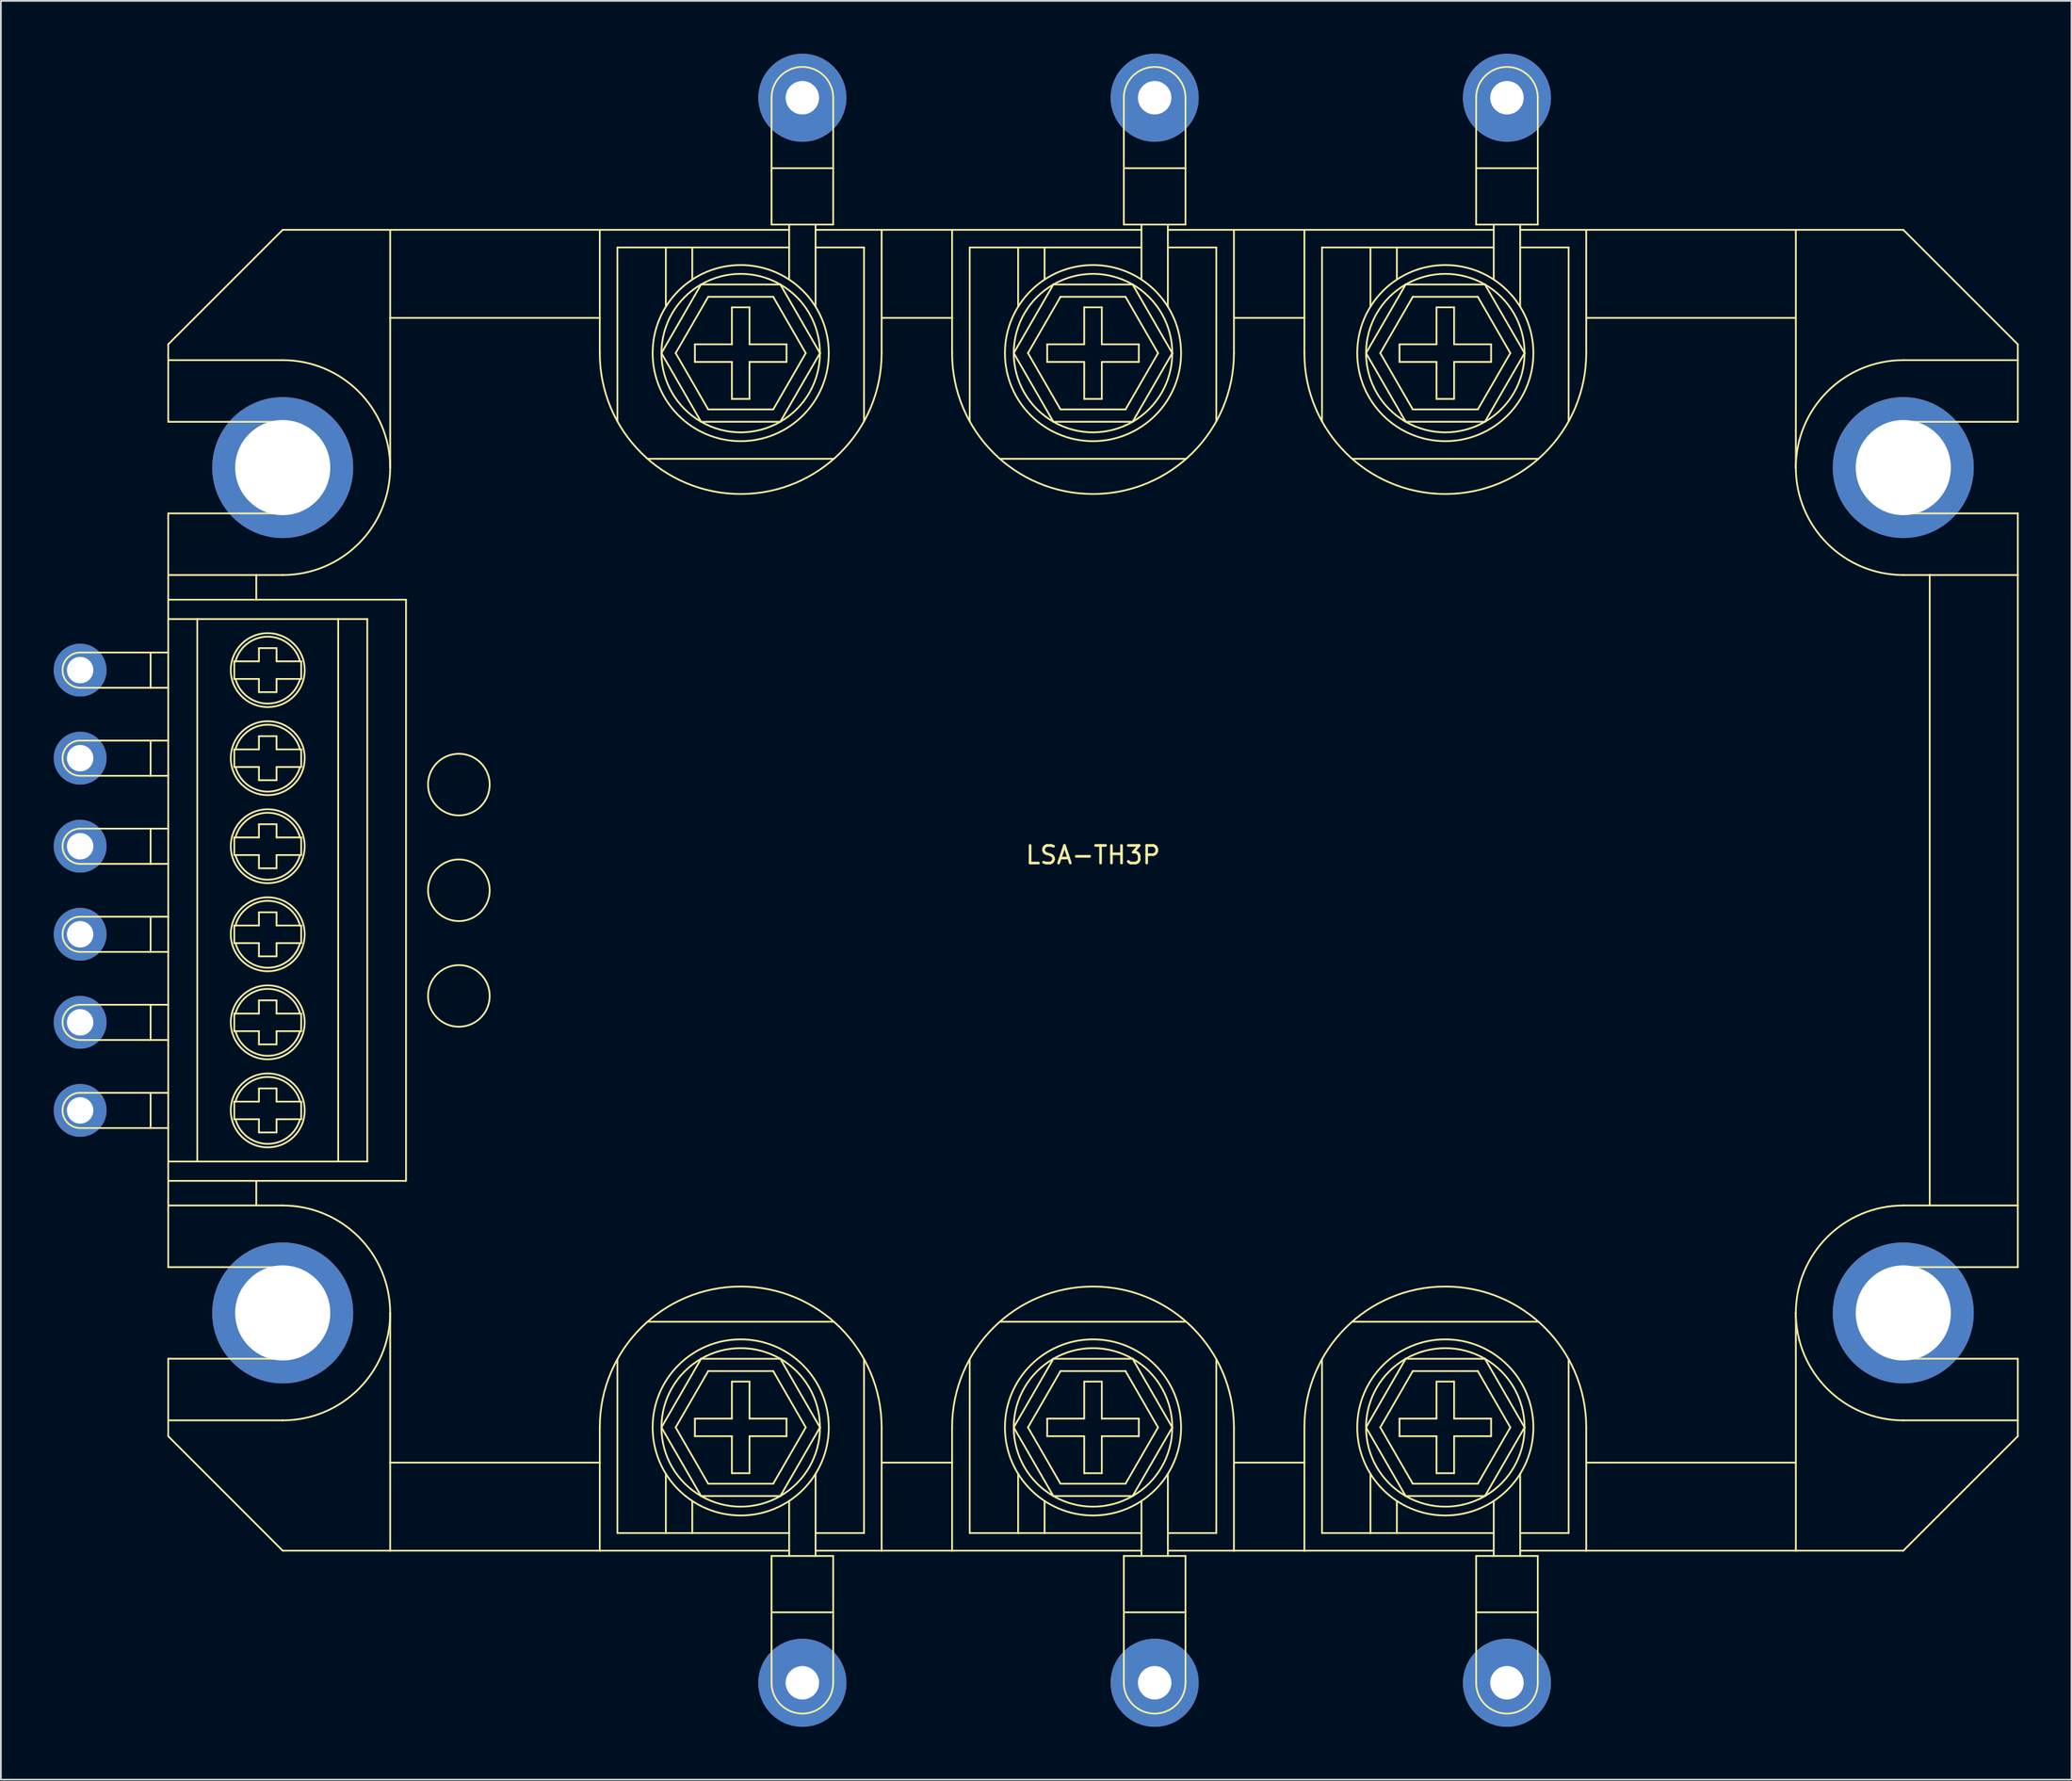
<source format=kicad_pcb>
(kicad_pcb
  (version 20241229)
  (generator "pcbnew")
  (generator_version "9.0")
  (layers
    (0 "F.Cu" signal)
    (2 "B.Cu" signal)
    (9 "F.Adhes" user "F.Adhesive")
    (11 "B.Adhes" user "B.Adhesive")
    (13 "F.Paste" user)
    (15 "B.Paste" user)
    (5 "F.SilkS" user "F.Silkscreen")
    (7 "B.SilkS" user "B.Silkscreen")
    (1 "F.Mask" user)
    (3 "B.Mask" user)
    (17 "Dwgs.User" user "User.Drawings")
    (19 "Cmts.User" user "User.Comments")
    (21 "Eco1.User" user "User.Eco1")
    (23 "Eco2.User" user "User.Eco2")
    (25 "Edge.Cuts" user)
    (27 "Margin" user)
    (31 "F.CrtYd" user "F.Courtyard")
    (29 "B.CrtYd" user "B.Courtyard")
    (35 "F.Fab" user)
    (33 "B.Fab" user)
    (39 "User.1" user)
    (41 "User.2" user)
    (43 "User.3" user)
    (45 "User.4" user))
  (footprint "LSA-TH3P"
    (layer "F.Cu")
    (at 59 47.5)
    (property "Reference" "LSA-TH3P" (at 0 -2 0) (layer "F.SilkS") (effects (font (size 1 1) (thickness 0.15))))
    (attr through_hole)
    (fp_line (start -57.5 -11.5) (end -53.5 -11.5) (stroke (width 0.1) (type solid)) (layer "F.SilkS"))
    (fp_line (start -57.5 -6.5) (end -53.5 -6.5) (stroke (width 0.1) (type solid)) (layer "F.SilkS"))
    (fp_line (start -57.5 -1.5) (end -53.5 -1.5) (stroke (width 0.1) (type solid)) (layer "F.SilkS"))
    (fp_line (start -57.5 3.5) (end -53.5 3.5) (stroke (width 0.1) (type solid)) (layer "F.SilkS"))
    (fp_line (start -57.5 8.5) (end -53.5 8.5) (stroke (width 0.1) (type solid)) (layer "F.SilkS"))
    (fp_line (start -57.5 13.5) (end -53.5 13.5) (stroke (width 0.1) (type solid)) (layer "F.SilkS"))
    (fp_line (start -53.5 -13.5) (end -57.5 -13.5) (stroke (width 0.1) (type solid)) (layer "F.SilkS"))
    (fp_line (start -53.5 -11.5) (end -53.5 -13.5) (stroke (width 0.1) (type solid)) (layer "F.SilkS"))
    (fp_line (start -53.5 -11.5) (end -52.5 -11.5) (stroke (width 0.1) (type solid)) (layer "F.SilkS"))
    (fp_line (start -53.5 -8.5) (end -57.5 -8.5) (stroke (width 0.1) (type solid)) (layer "F.SilkS"))
    (fp_line (start -53.5 -6.5) (end -53.5 -8.5) (stroke (width 0.1) (type solid)) (layer "F.SilkS"))
    (fp_line (start -53.5 -6.5) (end -52.5 -6.5) (stroke (width 0.1) (type solid)) (layer "F.SilkS"))
    (fp_line (start -53.5 -3.5) (end -57.5 -3.5) (stroke (width 0.1) (type solid)) (layer "F.SilkS"))
    (fp_line (start -53.5 -1.5) (end -53.5 -3.5) (stroke (width 0.1) (type solid)) (layer "F.SilkS"))
    (fp_line (start -53.5 -1.5) (end -52.5 -1.5) (stroke (width 0.1) (type solid)) (layer "F.SilkS"))
    (fp_line (start -53.5 1.5) (end -57.5 1.5) (stroke (width 0.1) (type solid)) (layer "F.SilkS"))
    (fp_line (start -53.5 3.5) (end -53.5 1.5) (stroke (width 0.1) (type solid)) (layer "F.SilkS"))
    (fp_line (start -53.5 3.5) (end -52.5 3.5) (stroke (width 0.1) (type solid)) (layer "F.SilkS"))
    (fp_line (start -53.5 6.5) (end -57.5 6.5) (stroke (width 0.1) (type solid)) (layer "F.SilkS"))
    (fp_line (start -53.5 8.5) (end -53.5 6.5) (stroke (width 0.1) (type solid)) (layer "F.SilkS"))
    (fp_line (start -53.5 8.5) (end -52.5 8.5) (stroke (width 0.1) (type solid)) (layer "F.SilkS"))
    (fp_line (start -53.5 11.5) (end -57.5 11.5) (stroke (width 0.1) (type solid)) (layer "F.SilkS"))
    (fp_line (start -53.5 13.5) (end -53.5 11.5) (stroke (width 0.1) (type solid)) (layer "F.SilkS"))
    (fp_line (start -53.5 13.5) (end -52.5 13.5) (stroke (width 0.1) (type solid)) (layer "F.SilkS"))
    (fp_line (start -52.5 -31) (end -52.5 -30.1) (stroke (width 0.1) (type solid)) (layer "F.SilkS"))
    (fp_line (start -52.5 -30.1) (end -52.5 -26.6) (stroke (width 0.1) (type solid)) (layer "F.SilkS"))
    (fp_line (start -52.5 -30.1) (end -46 -30.1) (stroke (width 0.1) (type solid)) (layer "F.SilkS"))
    (fp_line (start -52.5 -21.4) (end -52.5 -17.9) (stroke (width 0.1) (type solid)) (layer "F.SilkS"))
    (fp_line (start -52.5 -17.9) (end -47.5 -17.9) (stroke (width 0.1) (type solid)) (layer "F.SilkS"))
    (fp_line (start -52.5 -16.5) (end -52.5 -17.9) (stroke (width 0.1) (type solid)) (layer "F.SilkS"))
    (fp_line (start -52.5 -16.5) (end -52.5 -15.4) (stroke (width 0.1) (type solid)) (layer "F.SilkS"))
    (fp_line (start -52.5 -15.4) (end -52.5 15.4) (stroke (width 0.1) (type solid)) (layer "F.SilkS"))
    (fp_line (start -52.5 -13.5) (end -53.5 -13.5) (stroke (width 0.1) (type solid)) (layer "F.SilkS"))
    (fp_line (start -52.5 -8.5) (end -53.5 -8.5) (stroke (width 0.1) (type solid)) (layer "F.SilkS"))
    (fp_line (start -52.5 -3.5) (end -53.5 -3.5) (stroke (width 0.1) (type solid)) (layer "F.SilkS"))
    (fp_line (start -52.5 1.5) (end -53.5 1.5) (stroke (width 0.1) (type solid)) (layer "F.SilkS"))
    (fp_line (start -52.5 6.5) (end -53.5 6.5) (stroke (width 0.1) (type solid)) (layer "F.SilkS"))
    (fp_line (start -52.5 11.5) (end -53.5 11.5) (stroke (width 0.1) (type solid)) (layer "F.SilkS"))
    (fp_line (start -52.5 15.4) (end -52.5 16.5) (stroke (width 0.1) (type solid)) (layer "F.SilkS"))
    (fp_line (start -52.5 15.4) (end -50.85 15.4) (stroke (width 0.1) (type solid)) (layer "F.SilkS"))
    (fp_line (start -52.5 16.5) (end -52.5 17.9) (stroke (width 0.1) (type solid)) (layer "F.SilkS"))
    (fp_line (start -52.5 17.9) (end -47.5 17.9) (stroke (width 0.1) (type solid)) (layer "F.SilkS"))
    (fp_line (start -52.5 21.4) (end -52.5 17.9) (stroke (width 0.1) (type solid)) (layer "F.SilkS"))
    (fp_line (start -52.5 30.1) (end -52.5 26.6) (stroke (width 0.1) (type solid)) (layer "F.SilkS"))
    (fp_line (start -52.5 30.1) (end -46 30.1) (stroke (width 0.1) (type solid)) (layer "F.SilkS"))
    (fp_line (start -52.5 31) (end -52.5 30.1) (stroke (width 0.1) (type solid)) (layer "F.SilkS"))
    (fp_line (start -50.85 -15.4) (end -52.5 -15.4) (stroke (width 0.1) (type solid)) (layer "F.SilkS"))
    (fp_line (start -50.85 -15.4) (end -50.85 15.4) (stroke (width 0.1) (type solid)) (layer "F.SilkS"))
    (fp_line (start -50.85 -15.4) (end -42.85 -15.4) (stroke (width 0.1) (type solid)) (layer "F.SilkS"))
    (fp_line (start -50.85 15.4) (end -42.85 15.4) (stroke (width 0.1) (type solid)) (layer "F.SilkS"))
    (fp_line (start -48.75 -12) (end -48.75 -13) (stroke (width 0.1) (type solid)) (layer "F.SilkS"))
    (fp_line (start -48.75 -7) (end -48.75 -8) (stroke (width 0.1) (type solid)) (layer "F.SilkS"))
    (fp_line (start -48.75 -2) (end -48.75 -3) (stroke (width 0.1) (type solid)) (layer "F.SilkS"))
    (fp_line (start -48.75 3) (end -48.75 2) (stroke (width 0.1) (type solid)) (layer "F.SilkS"))
    (fp_line (start -48.75 8) (end -48.75 7) (stroke (width 0.1) (type solid)) (layer "F.SilkS"))
    (fp_line (start -48.75 13) (end -48.75 12) (stroke (width 0.1) (type solid)) (layer "F.SilkS"))
    (fp_line (start -48.683 -13) (end -48.75 -13) (stroke (width 0.1) (type solid)) (layer "F.SilkS"))
    (fp_line (start -48.683 -12) (end -48.75 -12) (stroke (width 0.1) (type solid)) (layer "F.SilkS"))
    (fp_line (start -48.683 -8) (end -48.75 -8) (stroke (width 0.1) (type solid)) (layer "F.SilkS"))
    (fp_line (start -48.683 -7) (end -48.75 -7) (stroke (width 0.1) (type solid)) (layer "F.SilkS"))
    (fp_line (start -48.683 -3) (end -48.75 -3) (stroke (width 0.1) (type solid)) (layer "F.SilkS"))
    (fp_line (start -48.683 -2) (end -48.75 -2) (stroke (width 0.1) (type solid)) (layer "F.SilkS"))
    (fp_line (start -48.683 2) (end -48.75 2) (stroke (width 0.1) (type solid)) (layer "F.SilkS"))
    (fp_line (start -48.683 3) (end -48.75 3) (stroke (width 0.1) (type solid)) (layer "F.SilkS"))
    (fp_line (start -48.683 7) (end -48.75 7) (stroke (width 0.1) (type solid)) (layer "F.SilkS"))
    (fp_line (start -48.683 8) (end -48.75 8) (stroke (width 0.1) (type solid)) (layer "F.SilkS"))
    (fp_line (start -48.683 12) (end -48.75 12) (stroke (width 0.1) (type solid)) (layer "F.SilkS"))
    (fp_line (start -48.683 13) (end -48.75 13) (stroke (width 0.1) (type solid)) (layer "F.SilkS"))
    (fp_line (start -47.5 -17.9) (end -47.5 -16.5) (stroke (width 0.1) (type solid)) (layer "F.SilkS"))
    (fp_line (start -47.5 -17.9) (end -46 -17.9) (stroke (width 0.1) (type solid)) (layer "F.SilkS"))
    (fp_line (start -47.5 -16.5) (end -52.5 -16.5) (stroke (width 0.1) (type solid)) (layer "F.SilkS"))
    (fp_line (start -47.5 16.5) (end -52.5 16.5) (stroke (width 0.1) (type solid)) (layer "F.SilkS"))
    (fp_line (start -47.5 17.9) (end -47.5 16.5) (stroke (width 0.1) (type solid)) (layer "F.SilkS"))
    (fp_line (start -47.5 17.9) (end -46 17.9) (stroke (width 0.1) (type solid)) (layer "F.SilkS"))
    (fp_line (start -47.35 -13) (end -48.683 -13) (stroke (width 0.1) (type solid)) (layer "F.SilkS"))
    (fp_line (start -47.35 -13) (end -47.35 -13.75) (stroke (width 0.1) (type solid)) (layer "F.SilkS"))
    (fp_line (start -47.35 -12) (end -48.683 -12) (stroke (width 0.1) (type solid)) (layer "F.SilkS"))
    (fp_line (start -47.35 -11.25) (end -47.35 -12) (stroke (width 0.1) (type solid)) (layer "F.SilkS"))
    (fp_line (start -47.35 -8) (end -48.683 -8) (stroke (width 0.1) (type solid)) (layer "F.SilkS"))
    (fp_line (start -47.35 -8) (end -47.35 -8.75) (stroke (width 0.1) (type solid)) (layer "F.SilkS"))
    (fp_line (start -47.35 -7) (end -48.683 -7) (stroke (width 0.1) (type solid)) (layer "F.SilkS"))
    (fp_line (start -47.35 -6.25) (end -47.35 -7) (stroke (width 0.1) (type solid)) (layer "F.SilkS"))
    (fp_line (start -47.35 -3) (end -48.683 -3) (stroke (width 0.1) (type solid)) (layer "F.SilkS"))
    (fp_line (start -47.35 -3) (end -47.35 -3.75) (stroke (width 0.1) (type solid)) (layer "F.SilkS"))
    (fp_line (start -47.35 -2) (end -48.683 -2) (stroke (width 0.1) (type solid)) (layer "F.SilkS"))
    (fp_line (start -47.35 -1.25) (end -47.35 -2) (stroke (width 0.1) (type solid)) (layer "F.SilkS"))
    (fp_line (start -47.35 2) (end -48.683 2) (stroke (width 0.1) (type solid)) (layer "F.SilkS"))
    (fp_line (start -47.35 2) (end -47.35 1.25) (stroke (width 0.1) (type solid)) (layer "F.SilkS"))
    (fp_line (start -47.35 3) (end -48.683 3) (stroke (width 0.1) (type solid)) (layer "F.SilkS"))
    (fp_line (start -47.35 3.75) (end -47.35 3) (stroke (width 0.1) (type solid)) (layer "F.SilkS"))
    (fp_line (start -47.35 7) (end -48.683 7) (stroke (width 0.1) (type solid)) (layer "F.SilkS"))
    (fp_line (start -47.35 7) (end -47.35 6.25) (stroke (width 0.1) (type solid)) (layer "F.SilkS"))
    (fp_line (start -47.35 8) (end -48.683 8) (stroke (width 0.1) (type solid)) (layer "F.SilkS"))
    (fp_line (start -47.35 8.75) (end -47.35 8) (stroke (width 0.1) (type solid)) (layer "F.SilkS"))
    (fp_line (start -47.35 12) (end -48.683 12) (stroke (width 0.1) (type solid)) (layer "F.SilkS"))
    (fp_line (start -47.35 12) (end -47.35 11.25) (stroke (width 0.1) (type solid)) (layer "F.SilkS"))
    (fp_line (start -47.35 13) (end -48.683 13) (stroke (width 0.1) (type solid)) (layer "F.SilkS"))
    (fp_line (start -47.35 13.75) (end -47.35 13) (stroke (width 0.1) (type solid)) (layer "F.SilkS"))
    (fp_line (start -46.35 -13.75) (end -47.35 -13.75) (stroke (width 0.1) (type solid)) (layer "F.SilkS"))
    (fp_line (start -46.35 -13) (end -46.35 -13.75) (stroke (width 0.1) (type solid)) (layer "F.SilkS"))
    (fp_line (start -46.35 -11.25) (end -47.35 -11.25) (stroke (width 0.1) (type solid)) (layer "F.SilkS"))
    (fp_line (start -46.35 -11.25) (end -46.35 -12) (stroke (width 0.1) (type solid)) (layer "F.SilkS"))
    (fp_line (start -46.35 -8.75) (end -47.35 -8.75) (stroke (width 0.1) (type solid)) (layer "F.SilkS"))
    (fp_line (start -46.35 -8) (end -46.35 -8.75) (stroke (width 0.1) (type solid)) (layer "F.SilkS"))
    (fp_line (start -46.35 -6.25) (end -47.35 -6.25) (stroke (width 0.1) (type solid)) (layer "F.SilkS"))
    (fp_line (start -46.35 -6.25) (end -46.35 -7) (stroke (width 0.1) (type solid)) (layer "F.SilkS"))
    (fp_line (start -46.35 -3.75) (end -47.35 -3.75) (stroke (width 0.1) (type solid)) (layer "F.SilkS"))
    (fp_line (start -46.35 -3) (end -46.35 -3.75) (stroke (width 0.1) (type solid)) (layer "F.SilkS"))
    (fp_line (start -46.35 -1.25) (end -47.35 -1.25) (stroke (width 0.1) (type solid)) (layer "F.SilkS"))
    (fp_line (start -46.35 -1.25) (end -46.35 -2) (stroke (width 0.1) (type solid)) (layer "F.SilkS"))
    (fp_line (start -46.35 1.25) (end -47.35 1.25) (stroke (width 0.1) (type solid)) (layer "F.SilkS"))
    (fp_line (start -46.35 2) (end -46.35 1.25) (stroke (width 0.1) (type solid)) (layer "F.SilkS"))
    (fp_line (start -46.35 3.75) (end -47.35 3.75) (stroke (width 0.1) (type solid)) (layer "F.SilkS"))
    (fp_line (start -46.35 3.75) (end -46.35 3) (stroke (width 0.1) (type solid)) (layer "F.SilkS"))
    (fp_line (start -46.35 6.25) (end -47.35 6.25) (stroke (width 0.1) (type solid)) (layer "F.SilkS"))
    (fp_line (start -46.35 7) (end -46.35 6.25) (stroke (width 0.1) (type solid)) (layer "F.SilkS"))
    (fp_line (start -46.35 8.75) (end -47.35 8.75) (stroke (width 0.1) (type solid)) (layer "F.SilkS"))
    (fp_line (start -46.35 8.75) (end -46.35 8) (stroke (width 0.1) (type solid)) (layer "F.SilkS"))
    (fp_line (start -46.35 11.25) (end -47.35 11.25) (stroke (width 0.1) (type solid)) (layer "F.SilkS"))
    (fp_line (start -46.35 12) (end -46.35 11.25) (stroke (width 0.1) (type solid)) (layer "F.SilkS"))
    (fp_line (start -46.35 13.75) (end -47.35 13.75) (stroke (width 0.1) (type solid)) (layer "F.SilkS"))
    (fp_line (start -46.35 13.75) (end -46.35 13) (stroke (width 0.1) (type solid)) (layer "F.SilkS"))
    (fp_line (start -46 -37.5) (end -52.5 -31) (stroke (width 0.1) (type solid)) (layer "F.SilkS"))
    (fp_line (start -46 -26.6) (end -52.5 -26.6) (stroke (width 0.1) (type solid)) (layer "F.SilkS"))
    (fp_line (start -46 -21.4) (end -52.5 -21.4) (stroke (width 0.1) (type solid)) (layer "F.SilkS"))
    (fp_line (start -46 21.4) (end -52.5 21.4) (stroke (width 0.1) (type solid)) (layer "F.SilkS"))
    (fp_line (start -46 26.6) (end -52.5 26.6) (stroke (width 0.1) (type solid)) (layer "F.SilkS"))
    (fp_line (start -46 37.5) (end -52.5 31) (stroke (width 0.1) (type solid)) (layer "F.SilkS"))
    (fp_line (start -45.017 -13) (end -46.35 -13) (stroke (width 0.1) (type solid)) (layer "F.SilkS"))
    (fp_line (start -45.017 -12) (end -46.35 -12) (stroke (width 0.1) (type solid)) (layer "F.SilkS"))
    (fp_line (start -45.017 -8) (end -46.35 -8) (stroke (width 0.1) (type solid)) (layer "F.SilkS"))
    (fp_line (start -45.017 -7) (end -46.35 -7) (stroke (width 0.1) (type solid)) (layer "F.SilkS"))
    (fp_line (start -45.017 -3) (end -46.35 -3) (stroke (width 0.1) (type solid)) (layer "F.SilkS"))
    (fp_line (start -45.017 -2) (end -46.35 -2) (stroke (width 0.1) (type solid)) (layer "F.SilkS"))
    (fp_line (start -45.017 2) (end -46.35 2) (stroke (width 0.1) (type solid)) (layer "F.SilkS"))
    (fp_line (start -45.017 3) (end -46.35 3) (stroke (width 0.1) (type solid)) (layer "F.SilkS"))
    (fp_line (start -45.017 7) (end -46.35 7) (stroke (width 0.1) (type solid)) (layer "F.SilkS"))
    (fp_line (start -45.017 8) (end -46.35 8) (stroke (width 0.1) (type solid)) (layer "F.SilkS"))
    (fp_line (start -45.017 12) (end -46.35 12) (stroke (width 0.1) (type solid)) (layer "F.SilkS"))
    (fp_line (start -45.017 13) (end -46.35 13) (stroke (width 0.1) (type solid)) (layer "F.SilkS"))
    (fp_line (start -44.95 -13) (end -45.017 -13) (stroke (width 0.1) (type solid)) (layer "F.SilkS"))
    (fp_line (start -44.95 -12) (end -45.017 -12) (stroke (width 0.1) (type solid)) (layer "F.SilkS"))
    (fp_line (start -44.95 -12) (end -44.95 -13) (stroke (width 0.1) (type solid)) (layer "F.SilkS"))
    (fp_line (start -44.95 -8) (end -45.017 -8) (stroke (width 0.1) (type solid)) (layer "F.SilkS"))
    (fp_line (start -44.95 -7) (end -45.017 -7) (stroke (width 0.1) (type solid)) (layer "F.SilkS"))
    (fp_line (start -44.95 -7) (end -44.95 -8) (stroke (width 0.1) (type solid)) (layer "F.SilkS"))
    (fp_line (start -44.95 -3) (end -45.017 -3) (stroke (width 0.1) (type solid)) (layer "F.SilkS"))
    (fp_line (start -44.95 -2) (end -45.017 -2) (stroke (width 0.1) (type solid)) (layer "F.SilkS"))
    (fp_line (start -44.95 -2) (end -44.95 -3) (stroke (width 0.1) (type solid)) (layer "F.SilkS"))
    (fp_line (start -44.95 2) (end -45.017 2) (stroke (width 0.1) (type solid)) (layer "F.SilkS"))
    (fp_line (start -44.95 3) (end -45.017 3) (stroke (width 0.1) (type solid)) (layer "F.SilkS"))
    (fp_line (start -44.95 3) (end -44.95 2) (stroke (width 0.1) (type solid)) (layer "F.SilkS"))
    (fp_line (start -44.95 7) (end -45.017 7) (stroke (width 0.1) (type solid)) (layer "F.SilkS"))
    (fp_line (start -44.95 8) (end -45.017 8) (stroke (width 0.1) (type solid)) (layer "F.SilkS"))
    (fp_line (start -44.95 8) (end -44.95 7) (stroke (width 0.1) (type solid)) (layer "F.SilkS"))
    (fp_line (start -44.95 12) (end -45.017 12) (stroke (width 0.1) (type solid)) (layer "F.SilkS"))
    (fp_line (start -44.95 13) (end -45.017 13) (stroke (width 0.1) (type solid)) (layer "F.SilkS"))
    (fp_line (start -44.95 13) (end -44.95 12) (stroke (width 0.1) (type solid)) (layer "F.SilkS"))
    (fp_line (start -42.85 -15.4) (end -42.85 15.4) (stroke (width 0.1) (type solid)) (layer "F.SilkS"))
    (fp_line (start -42.85 -15.4) (end -41.2 -15.4) (stroke (width 0.1) (type solid)) (layer "F.SilkS"))
    (fp_line (start -41.2 -15.4) (end -41.2 15.4) (stroke (width 0.1) (type solid)) (layer "F.SilkS"))
    (fp_line (start -41.2 15.4) (end -42.85 15.4) (stroke (width 0.1) (type solid)) (layer "F.SilkS"))
    (fp_line (start -39.9 -37.5) (end -46 -37.5) (stroke (width 0.1) (type solid)) (layer "F.SilkS"))
    (fp_line (start -39.9 -37.5) (end -28 -37.5) (stroke (width 0.1) (type solid)) (layer "F.SilkS"))
    (fp_line (start -39.9 -32.5) (end -39.9 -37.5) (stroke (width 0.1) (type solid)) (layer "F.SilkS"))
    (fp_line (start -39.9 -32.5) (end -39.9 -24) (stroke (width 0.1) (type solid)) (layer "F.SilkS"))
    (fp_line (start -39.9 32.5) (end -39.9 24) (stroke (width 0.1) (type solid)) (layer "F.SilkS"))
    (fp_line (start -39.9 32.5) (end -39.9 37.5) (stroke (width 0.1) (type solid)) (layer "F.SilkS"))
    (fp_line (start -39.9 37.5) (end -46 37.5) (stroke (width 0.1) (type solid)) (layer "F.SilkS"))
    (fp_line (start -39.9 37.5) (end -28 37.5) (stroke (width 0.1) (type solid)) (layer "F.SilkS"))
    (fp_line (start -39 -16.5) (end -47.5 -16.5) (stroke (width 0.1) (type solid)) (layer "F.SilkS"))
    (fp_line (start -39 16.5) (end -47.5 16.5) (stroke (width 0.1) (type solid)) (layer "F.SilkS"))
    (fp_line (start -39 16.5) (end -39 -16.5) (stroke (width 0.1) (type solid)) (layer "F.SilkS"))
    (fp_line (start -28 -37.5) (end -17.25 -37.5) (stroke (width 0.1) (type solid)) (layer "F.SilkS"))
    (fp_line (start -28 -32.5) (end -39.9 -32.5) (stroke (width 0.1) (type solid)) (layer "F.SilkS"))
    (fp_line (start -28 -32.5) (end -28 -37.5) (stroke (width 0.1) (type solid)) (layer "F.SilkS"))
    (fp_line (start -28 -30.5) (end -28 -32.5) (stroke (width 0.1) (type solid)) (layer "F.SilkS"))
    (fp_line (start -28 30.5) (end -28 32.5) (stroke (width 0.1) (type solid)) (layer "F.SilkS"))
    (fp_line (start -28 32.5) (end -39.9 32.5) (stroke (width 0.1) (type solid)) (layer "F.SilkS"))
    (fp_line (start -28 32.5) (end -28 37.5) (stroke (width 0.1) (type solid)) (layer "F.SilkS"))
    (fp_line (start -28 37.5) (end -17.25 37.5) (stroke (width 0.1) (type solid)) (layer "F.SilkS"))
    (fp_line (start -27 -36.5) (end -27 -26.627) (stroke (width 0.1) (type solid)) (layer "F.SilkS"))
    (fp_line (start -27 -36.5) (end -24.25 -36.5) (stroke (width 0.1) (type solid)) (layer "F.SilkS"))
    (fp_line (start -27 36.5) (end -27 26.627) (stroke (width 0.1) (type solid)) (layer "F.SilkS"))
    (fp_line (start -27 36.5) (end -24.25 36.5) (stroke (width 0.1) (type solid)) (layer "F.SilkS"))
    (fp_line (start -25.292 -24.5) (end -14.708 -24.5) (stroke (width 0.1) (type solid)) (layer "F.SilkS"))
    (fp_line (start -25.292 24.5) (end -14.708 24.5) (stroke (width 0.1) (type solid)) (layer "F.SilkS"))
    (fp_line (start -24.5 -30.5) (end -22.25 -26.603) (stroke (width 0.1) (type solid)) (layer "F.SilkS"))
    (fp_line (start -24.5 30.5) (end -22.25 26.603) (stroke (width 0.1) (type solid)) (layer "F.SilkS"))
    (fp_line (start -24.25 -36.5) (end -24.25 -33.134) (stroke (width 0.1) (type solid)) (layer "F.SilkS"))
    (fp_line (start -24.25 33.134) (end -24.25 36.5) (stroke (width 0.1) (type solid)) (layer "F.SilkS"))
    (fp_line (start -23.692 -30.5) (end -21.846 -27.303) (stroke (width 0.1) (type solid)) (layer "F.SilkS"))
    (fp_line (start -23.692 30.5) (end -21.846 27.303) (stroke (width 0.1) (type solid)) (layer "F.SilkS"))
    (fp_line (start -22.75 -36.5) (end -24.25 -36.5) (stroke (width 0.1) (type solid)) (layer "F.SilkS"))
    (fp_line (start -22.75 -36.5) (end -17.25 -36.5) (stroke (width 0.1) (type solid)) (layer "F.SilkS"))
    (fp_line (start -22.75 -34.676) (end -22.75 -36.5) (stroke (width 0.1) (type solid)) (layer "F.SilkS"))
    (fp_line (start -22.75 36.5) (end -24.25 36.5) (stroke (width 0.1) (type solid)) (layer "F.SilkS"))
    (fp_line (start -22.75 36.5) (end -22.75 34.676) (stroke (width 0.1) (type solid)) (layer "F.SilkS"))
    (fp_line (start -22.75 36.5) (end -17.25 36.5) (stroke (width 0.1) (type solid)) (layer "F.SilkS"))
    (fp_line (start -22.6 -31) (end -20.5 -31) (stroke (width 0.1) (type solid)) (layer "F.SilkS"))
    (fp_line (start -22.6 -30) (end -22.6 -31) (stroke (width 0.1) (type solid)) (layer "F.SilkS"))
    (fp_line (start -22.6 -30) (end -20.5 -30) (stroke (width 0.1) (type solid)) (layer "F.SilkS"))
    (fp_line (start -22.6 30) (end -22.6 31) (stroke (width 0.1) (type solid)) (layer "F.SilkS"))
    (fp_line (start -22.6 30) (end -20.5 30) (stroke (width 0.1) (type solid)) (layer "F.SilkS"))
    (fp_line (start -22.6 31) (end -20.5 31) (stroke (width 0.1) (type solid)) (layer "F.SilkS"))
    (fp_line (start -22.25 -34.397) (end -24.5 -30.5) (stroke (width 0.1) (type solid)) (layer "F.SilkS"))
    (fp_line (start -22.25 -26.603) (end -17.75 -26.603) (stroke (width 0.1) (type solid)) (layer "F.SilkS"))
    (fp_line (start -22.25 26.603) (end -17.75 26.603) (stroke (width 0.1) (type solid)) (layer "F.SilkS"))
    (fp_line (start -22.25 34.397) (end -24.5 30.5) (stroke (width 0.1) (type solid)) (layer "F.SilkS"))
    (fp_line (start -21.846 -33.697) (end -23.692 -30.5) (stroke (width 0.1) (type solid)) (layer "F.SilkS"))
    (fp_line (start -21.846 -27.303) (end -18.154 -27.303) (stroke (width 0.1) (type solid)) (layer "F.SilkS"))
    (fp_line (start -21.846 27.303) (end -18.154 27.303) (stroke (width 0.1) (type solid)) (layer "F.SilkS"))
    (fp_line (start -21.846 33.697) (end -23.692 30.5) (stroke (width 0.1) (type solid)) (layer "F.SilkS"))
    (fp_line (start -20.5 -31) (end -20.5 -33.1) (stroke (width 0.1) (type solid)) (layer "F.SilkS"))
    (fp_line (start -20.5 -27.9) (end -20.5 -30) (stroke (width 0.1) (type solid)) (layer "F.SilkS"))
    (fp_line (start -20.5 27.9) (end -20.5 30) (stroke (width 0.1) (type solid)) (layer "F.SilkS"))
    (fp_line (start -20.5 31) (end -20.5 33.1) (stroke (width 0.1) (type solid)) (layer "F.SilkS"))
    (fp_line (start -19.5 -33.1) (end -20.5 -33.1) (stroke (width 0.1) (type solid)) (layer "F.SilkS"))
    (fp_line (start -19.5 -31) (end -19.5 -33.1) (stroke (width 0.1) (type solid)) (layer "F.SilkS"))
    (fp_line (start -19.5 -31) (end -17.4 -31) (stroke (width 0.1) (type solid)) (layer "F.SilkS"))
    (fp_line (start -19.5 -30) (end -17.4 -30) (stroke (width 0.1) (type solid)) (layer "F.SilkS"))
    (fp_line (start -19.5 -27.9) (end -20.5 -27.9) (stroke (width 0.1) (type solid)) (layer "F.SilkS"))
    (fp_line (start -19.5 -27.9) (end -19.5 -30) (stroke (width 0.1) (type solid)) (layer "F.SilkS"))
    (fp_line (start -19.5 27.9) (end -20.5 27.9) (stroke (width 0.1) (type solid)) (layer "F.SilkS"))
    (fp_line (start -19.5 27.9) (end -19.5 30) (stroke (width 0.1) (type solid)) (layer "F.SilkS"))
    (fp_line (start -19.5 30) (end -17.4 30) (stroke (width 0.1) (type solid)) (layer "F.SilkS"))
    (fp_line (start -19.5 31) (end -19.5 33.1) (stroke (width 0.1) (type solid)) (layer "F.SilkS"))
    (fp_line (start -19.5 31) (end -17.4 31) (stroke (width 0.1) (type solid)) (layer "F.SilkS"))
    (fp_line (start -19.5 33.1) (end -20.5 33.1) (stroke (width 0.1) (type solid)) (layer "F.SilkS"))
    (fp_line (start -18.25 -45) (end -18.25 -41) (stroke (width 0.1) (type solid)) (layer "F.SilkS"))
    (fp_line (start -18.25 -41) (end -18.25 -37.8) (stroke (width 0.1) (type solid)) (layer "F.SilkS"))
    (fp_line (start -18.25 -41) (end -14.75 -41) (stroke (width 0.1) (type solid)) (layer "F.SilkS"))
    (fp_line (start -18.25 -37.8) (end -14.75 -37.8) (stroke (width 0.1) (type solid)) (layer "F.SilkS"))
    (fp_line (start -18.25 37.8) (end -18.25 41) (stroke (width 0.1) (type solid)) (layer "F.SilkS"))
    (fp_line (start -18.25 37.8) (end -14.75 37.8) (stroke (width 0.1) (type solid)) (layer "F.SilkS"))
    (fp_line (start -18.25 41) (end -18.25 45) (stroke (width 0.1) (type solid)) (layer "F.SilkS"))
    (fp_line (start -18.25 41) (end -14.75 41) (stroke (width 0.1) (type solid)) (layer "F.SilkS"))
    (fp_line (start -18.154 -33.697) (end -21.846 -33.697) (stroke (width 0.1) (type solid)) (layer "F.SilkS"))
    (fp_line (start -18.154 -27.303) (end -16.308 -30.5) (stroke (width 0.1) (type solid)) (layer "F.SilkS"))
    (fp_line (start -18.154 27.303) (end -16.308 30.5) (stroke (width 0.1) (type solid)) (layer "F.SilkS"))
    (fp_line (start -18.154 33.697) (end -21.846 33.697) (stroke (width 0.1) (type solid)) (layer "F.SilkS"))
    (fp_line (start -17.75 -34.397) (end -22.25 -34.397) (stroke (width 0.1) (type solid)) (layer "F.SilkS"))
    (fp_line (start -17.75 -26.603) (end -15.5 -30.5) (stroke (width 0.1) (type solid)) (layer "F.SilkS"))
    (fp_line (start -17.75 26.603) (end -15.5 30.5) (stroke (width 0.1) (type solid)) (layer "F.SilkS"))
    (fp_line (start -17.75 34.397) (end -22.25 34.397) (stroke (width 0.1) (type solid)) (layer "F.SilkS"))
    (fp_line (start -17.4 -30) (end -17.4 -31) (stroke (width 0.1) (type solid)) (layer "F.SilkS"))
    (fp_line (start -17.4 30) (end -17.4 31) (stroke (width 0.1) (type solid)) (layer "F.SilkS"))
    (fp_line (start -17.25 -37.8) (end -17.25 -34.676) (stroke (width 0.1) (type solid)) (layer "F.SilkS"))
    (fp_line (start -17.25 34.676) (end -17.25 37.8) (stroke (width 0.1) (type solid)) (layer "F.SilkS"))
    (fp_line (start -16.308 -30.5) (end -18.154 -33.697) (stroke (width 0.1) (type solid)) (layer "F.SilkS"))
    (fp_line (start -16.308 30.5) (end -18.154 33.697) (stroke (width 0.1) (type solid)) (layer "F.SilkS"))
    (fp_line (start -15.75 -37.5) (end -12 -37.5) (stroke (width 0.1) (type solid)) (layer "F.SilkS"))
    (fp_line (start -15.75 -36.5) (end -13 -36.5) (stroke (width 0.1) (type solid)) (layer "F.SilkS"))
    (fp_line (start -15.75 -33.134) (end -15.75 -37.8) (stroke (width 0.1) (type solid)) (layer "F.SilkS"))
    (fp_line (start -15.75 36.5) (end -13 36.5) (stroke (width 0.1) (type solid)) (layer "F.SilkS"))
    (fp_line (start -15.75 37.5) (end -12 37.5) (stroke (width 0.1) (type solid)) (layer "F.SilkS"))
    (fp_line (start -15.75 37.8) (end -15.75 33.134) (stroke (width 0.1) (type solid)) (layer "F.SilkS"))
    (fp_line (start -15.5 -30.5) (end -17.75 -34.397) (stroke (width 0.1) (type solid)) (layer "F.SilkS"))
    (fp_line (start -15.5 30.5) (end -17.75 34.397) (stroke (width 0.1) (type solid)) (layer "F.SilkS"))
    (fp_line (start -14.75 -41) (end -14.75 -45) (stroke (width 0.1) (type solid)) (layer "F.SilkS"))
    (fp_line (start -14.75 -37.8) (end -14.75 -41) (stroke (width 0.1) (type solid)) (layer "F.SilkS"))
    (fp_line (start -14.75 41) (end -14.75 37.8) (stroke (width 0.1) (type solid)) (layer "F.SilkS"))
    (fp_line (start -14.75 45) (end -14.75 41) (stroke (width 0.1) (type solid)) (layer "F.SilkS"))
    (fp_line (start -13 -36.5) (end -13 -26.627) (stroke (width 0.1) (type solid)) (layer "F.SilkS"))
    (fp_line (start -13 36.5) (end -13 26.627) (stroke (width 0.1) (type solid)) (layer "F.SilkS"))
    (fp_line (start -12 -37.5) (end -8 -37.5) (stroke (width 0.1) (type solid)) (layer "F.SilkS"))
    (fp_line (start -12 -32.5) (end -12 -37.5) (stroke (width 0.1) (type solid)) (layer "F.SilkS"))
    (fp_line (start -12 -30.5) (end -12 -32.5) (stroke (width 0.1) (type solid)) (layer "F.SilkS"))
    (fp_line (start -12 30.5) (end -12 32.5) (stroke (width 0.1) (type solid)) (layer "F.SilkS"))
    (fp_line (start -12 32.5) (end -12 37.5) (stroke (width 0.1) (type solid)) (layer "F.SilkS"))
    (fp_line (start -12 37.5) (end -8 37.5) (stroke (width 0.1) (type solid)) (layer "F.SilkS"))
    (fp_line (start -8 -37.5) (end 2.75 -37.5) (stroke (width 0.1) (type solid)) (layer "F.SilkS"))
    (fp_line (start -8 -32.5) (end -12 -32.5) (stroke (width 0.1) (type solid)) (layer "F.SilkS"))
    (fp_line (start -8 -32.5) (end -8 -37.5) (stroke (width 0.1) (type solid)) (layer "F.SilkS"))
    (fp_line (start -8 -30.5) (end -8 -32.5) (stroke (width 0.1) (type solid)) (layer "F.SilkS"))
    (fp_line (start -8 30.5) (end -8 32.5) (stroke (width 0.1) (type solid)) (layer "F.SilkS"))
    (fp_line (start -8 32.5) (end -12 32.5) (stroke (width 0.1) (type solid)) (layer "F.SilkS"))
    (fp_line (start -8 32.5) (end -8 37.5) (stroke (width 0.1) (type solid)) (layer "F.SilkS"))
    (fp_line (start -8 37.5) (end 2.75 37.5) (stroke (width 0.1) (type solid)) (layer "F.SilkS"))
    (fp_line (start -7 -36.5) (end -7 -26.627) (stroke (width 0.1) (type solid)) (layer "F.SilkS"))
    (fp_line (start -7 -36.5) (end -4.25 -36.5) (stroke (width 0.1) (type solid)) (layer "F.SilkS"))
    (fp_line (start -7 36.5) (end -7 26.627) (stroke (width 0.1) (type solid)) (layer "F.SilkS"))
    (fp_line (start -7 36.5) (end -4.25 36.5) (stroke (width 0.1) (type solid)) (layer "F.SilkS"))
    (fp_line (start -5.292 -24.5) (end 5.292 -24.5) (stroke (width 0.1) (type solid)) (layer "F.SilkS"))
    (fp_line (start -5.292 24.5) (end 5.292 24.5) (stroke (width 0.1) (type solid)) (layer "F.SilkS"))
    (fp_line (start -4.5 -30.5) (end -2.25 -26.603) (stroke (width 0.1) (type solid)) (layer "F.SilkS"))
    (fp_line (start -4.5 30.5) (end -2.25 26.603) (stroke (width 0.1) (type solid)) (layer "F.SilkS"))
    (fp_line (start -4.25 -36.5) (end -4.25 -33.134) (stroke (width 0.1) (type solid)) (layer "F.SilkS"))
    (fp_line (start -4.25 33.134) (end -4.25 36.5) (stroke (width 0.1) (type solid)) (layer "F.SilkS"))
    (fp_line (start -3.692 -30.5) (end -1.846 -27.303) (stroke (width 0.1) (type solid)) (layer "F.SilkS"))
    (fp_line (start -3.692 30.5) (end -1.846 27.303) (stroke (width 0.1) (type solid)) (layer "F.SilkS"))
    (fp_line (start -2.75 -36.5) (end -4.25 -36.5) (stroke (width 0.1) (type solid)) (layer "F.SilkS"))
    (fp_line (start -2.75 -36.5) (end 2.75 -36.5) (stroke (width 0.1) (type solid)) (layer "F.SilkS"))
    (fp_line (start -2.75 -34.676) (end -2.75 -36.5) (stroke (width 0.1) (type solid)) (layer "F.SilkS"))
    (fp_line (start -2.75 36.5) (end -4.25 36.5) (stroke (width 0.1) (type solid)) (layer "F.SilkS"))
    (fp_line (start -2.75 36.5) (end -2.75 34.676) (stroke (width 0.1) (type solid)) (layer "F.SilkS"))
    (fp_line (start -2.75 36.5) (end 2.75 36.5) (stroke (width 0.1) (type solid)) (layer "F.SilkS"))
    (fp_line (start -2.6 -31) (end -0.5 -31) (stroke (width 0.1) (type solid)) (layer "F.SilkS"))
    (fp_line (start -2.6 -30) (end -2.6 -31) (stroke (width 0.1) (type solid)) (layer "F.SilkS"))
    (fp_line (start -2.6 -30) (end -0.5 -30) (stroke (width 0.1) (type solid)) (layer "F.SilkS"))
    (fp_line (start -2.6 30) (end -2.6 31) (stroke (width 0.1) (type solid)) (layer "F.SilkS"))
    (fp_line (start -2.6 30) (end -0.5 30) (stroke (width 0.1) (type solid)) (layer "F.SilkS"))
    (fp_line (start -2.6 31) (end -0.5 31) (stroke (width 0.1) (type solid)) (layer "F.SilkS"))
    (fp_line (start -2.25 -34.397) (end -4.5 -30.5) (stroke (width 0.1) (type solid)) (layer "F.SilkS"))
    (fp_line (start -2.25 -26.603) (end 2.25 -26.603) (stroke (width 0.1) (type solid)) (layer "F.SilkS"))
    (fp_line (start -2.25 26.603) (end 2.25 26.603) (stroke (width 0.1) (type solid)) (layer "F.SilkS"))
    (fp_line (start -2.25 34.397) (end -4.5 30.5) (stroke (width 0.1) (type solid)) (layer "F.SilkS"))
    (fp_line (start -1.846 -33.697) (end -3.692 -30.5) (stroke (width 0.1) (type solid)) (layer "F.SilkS"))
    (fp_line (start -1.846 -27.303) (end 1.846 -27.303) (stroke (width 0.1) (type solid)) (layer "F.SilkS"))
    (fp_line (start -1.846 27.303) (end 1.846 27.303) (stroke (width 0.1) (type solid)) (layer "F.SilkS"))
    (fp_line (start -1.846 33.697) (end -3.692 30.5) (stroke (width 0.1) (type solid)) (layer "F.SilkS"))
    (fp_line (start -0.5 -31) (end -0.5 -33.1) (stroke (width 0.1) (type solid)) (layer "F.SilkS"))
    (fp_line (start -0.5 -27.9) (end -0.5 -30) (stroke (width 0.1) (type solid)) (layer "F.SilkS"))
    (fp_line (start -0.5 27.9) (end -0.5 30) (stroke (width 0.1) (type solid)) (layer "F.SilkS"))
    (fp_line (start -0.5 31) (end -0.5 33.1) (stroke (width 0.1) (type solid)) (layer "F.SilkS"))
    (fp_line (start 0.5 -33.1) (end -0.5 -33.1) (stroke (width 0.1) (type solid)) (layer "F.SilkS"))
    (fp_line (start 0.5 -31) (end 0.5 -33.1) (stroke (width 0.1) (type solid)) (layer "F.SilkS"))
    (fp_line (start 0.5 -31) (end 2.6 -31) (stroke (width 0.1) (type solid)) (layer "F.SilkS"))
    (fp_line (start 0.5 -30) (end 2.6 -30) (stroke (width 0.1) (type solid)) (layer "F.SilkS"))
    (fp_line (start 0.5 -27.9) (end -0.5 -27.9) (stroke (width 0.1) (type solid)) (layer "F.SilkS"))
    (fp_line (start 0.5 -27.9) (end 0.5 -30) (stroke (width 0.1) (type solid)) (layer "F.SilkS"))
    (fp_line (start 0.5 27.9) (end -0.5 27.9) (stroke (width 0.1) (type solid)) (layer "F.SilkS"))
    (fp_line (start 0.5 27.9) (end 0.5 30) (stroke (width 0.1) (type solid)) (layer "F.SilkS"))
    (fp_line (start 0.5 30) (end 2.6 30) (stroke (width 0.1) (type solid)) (layer "F.SilkS"))
    (fp_line (start 0.5 31) (end 0.5 33.1) (stroke (width 0.1) (type solid)) (layer "F.SilkS"))
    (fp_line (start 0.5 31) (end 2.6 31) (stroke (width 0.1) (type solid)) (layer "F.SilkS"))
    (fp_line (start 0.5 33.1) (end -0.5 33.1) (stroke (width 0.1) (type solid)) (layer "F.SilkS"))
    (fp_line (start 1.75 -45) (end 1.75 -41) (stroke (width 0.1) (type solid)) (layer "F.SilkS"))
    (fp_line (start 1.75 -41) (end 1.75 -37.8) (stroke (width 0.1) (type solid)) (layer "F.SilkS"))
    (fp_line (start 1.75 -41) (end 5.25 -41) (stroke (width 0.1) (type solid)) (layer "F.SilkS"))
    (fp_line (start 1.75 -37.8) (end 5.25 -37.8) (stroke (width 0.1) (type solid)) (layer "F.SilkS"))
    (fp_line (start 1.75 37.8) (end 1.75 41) (stroke (width 0.1) (type solid)) (layer "F.SilkS"))
    (fp_line (start 1.75 37.8) (end 5.25 37.8) (stroke (width 0.1) (type solid)) (layer "F.SilkS"))
    (fp_line (start 1.75 41) (end 1.75 45) (stroke (width 0.1) (type solid)) (layer "F.SilkS"))
    (fp_line (start 1.75 41) (end 5.25 41) (stroke (width 0.1) (type solid)) (layer "F.SilkS"))
    (fp_line (start 1.846 -33.697) (end -1.846 -33.697) (stroke (width 0.1) (type solid)) (layer "F.SilkS"))
    (fp_line (start 1.846 -27.303) (end 3.692 -30.5) (stroke (width 0.1) (type solid)) (layer "F.SilkS"))
    (fp_line (start 1.846 27.303) (end 3.692 30.5) (stroke (width 0.1) (type solid)) (layer "F.SilkS"))
    (fp_line (start 1.846 33.697) (end -1.846 33.697) (stroke (width 0.1) (type solid)) (layer "F.SilkS"))
    (fp_line (start 2.25 -34.397) (end -2.25 -34.397) (stroke (width 0.1) (type solid)) (layer "F.SilkS"))
    (fp_line (start 2.25 -26.603) (end 4.5 -30.5) (stroke (width 0.1) (type solid)) (layer "F.SilkS"))
    (fp_line (start 2.25 26.603) (end 4.5 30.5) (stroke (width 0.1) (type solid)) (layer "F.SilkS"))
    (fp_line (start 2.25 34.397) (end -2.25 34.397) (stroke (width 0.1) (type solid)) (layer "F.SilkS"))
    (fp_line (start 2.6 -30) (end 2.6 -31) (stroke (width 0.1) (type solid)) (layer "F.SilkS"))
    (fp_line (start 2.6 30) (end 2.6 31) (stroke (width 0.1) (type solid)) (layer "F.SilkS"))
    (fp_line (start 2.75 -37.8) (end 2.75 -34.676) (stroke (width 0.1) (type solid)) (layer "F.SilkS"))
    (fp_line (start 2.75 34.676) (end 2.75 37.8) (stroke (width 0.1) (type solid)) (layer "F.SilkS"))
    (fp_line (start 3.692 -30.5) (end 1.846 -33.697) (stroke (width 0.1) (type solid)) (layer "F.SilkS"))
    (fp_line (start 3.692 30.5) (end 1.846 33.697) (stroke (width 0.1) (type solid)) (layer "F.SilkS"))
    (fp_line (start 4.25 -37.5) (end 8 -37.5) (stroke (width 0.1) (type solid)) (layer "F.SilkS"))
    (fp_line (start 4.25 -36.5) (end 7 -36.5) (stroke (width 0.1) (type solid)) (layer "F.SilkS"))
    (fp_line (start 4.25 -33.134) (end 4.25 -37.8) (stroke (width 0.1) (type solid)) (layer "F.SilkS"))
    (fp_line (start 4.25 36.5) (end 7 36.5) (stroke (width 0.1) (type solid)) (layer "F.SilkS"))
    (fp_line (start 4.25 37.5) (end 8 37.5) (stroke (width 0.1) (type solid)) (layer "F.SilkS"))
    (fp_line (start 4.25 37.8) (end 4.25 33.134) (stroke (width 0.1) (type solid)) (layer "F.SilkS"))
    (fp_line (start 4.5 -30.5) (end 2.25 -34.397) (stroke (width 0.1) (type solid)) (layer "F.SilkS"))
    (fp_line (start 4.5 30.5) (end 2.25 34.397) (stroke (width 0.1) (type solid)) (layer "F.SilkS"))
    (fp_line (start 5.25 -41) (end 5.25 -45) (stroke (width 0.1) (type solid)) (layer "F.SilkS"))
    (fp_line (start 5.25 -37.8) (end 5.25 -41) (stroke (width 0.1) (type solid)) (layer "F.SilkS"))
    (fp_line (start 5.25 41) (end 5.25 37.8) (stroke (width 0.1) (type solid)) (layer "F.SilkS"))
    (fp_line (start 5.25 45) (end 5.25 41) (stroke (width 0.1) (type solid)) (layer "F.SilkS"))
    (fp_line (start 7 -36.5) (end 7 -26.627) (stroke (width 0.1) (type solid)) (layer "F.SilkS"))
    (fp_line (start 7 36.5) (end 7 26.627) (stroke (width 0.1) (type solid)) (layer "F.SilkS"))
    (fp_line (start 8 -37.5) (end 12 -37.5) (stroke (width 0.1) (type solid)) (layer "F.SilkS"))
    (fp_line (start 8 -32.5) (end 8 -37.5) (stroke (width 0.1) (type solid)) (layer "F.SilkS"))
    (fp_line (start 8 -30.5) (end 8 -32.5) (stroke (width 0.1) (type solid)) (layer "F.SilkS"))
    (fp_line (start 8 30.5) (end 8 32.5) (stroke (width 0.1) (type solid)) (layer "F.SilkS"))
    (fp_line (start 8 32.5) (end 8 37.5) (stroke (width 0.1) (type solid)) (layer "F.SilkS"))
    (fp_line (start 8 37.5) (end 12 37.5) (stroke (width 0.1) (type solid)) (layer "F.SilkS"))
    (fp_line (start 12 -37.5) (end 22.75 -37.5) (stroke (width 0.1) (type solid)) (layer "F.SilkS"))
    (fp_line (start 12 -32.5) (end 8 -32.5) (stroke (width 0.1) (type solid)) (layer "F.SilkS"))
    (fp_line (start 12 -32.5) (end 12 -37.5) (stroke (width 0.1) (type solid)) (layer "F.SilkS"))
    (fp_line (start 12 -30.5) (end 12 -32.5) (stroke (width 0.1) (type solid)) (layer "F.SilkS"))
    (fp_line (start 12 30.5) (end 12 32.5) (stroke (width 0.1) (type solid)) (layer "F.SilkS"))
    (fp_line (start 12 32.5) (end 8 32.5) (stroke (width 0.1) (type solid)) (layer "F.SilkS"))
    (fp_line (start 12 32.5) (end 12 37.5) (stroke (width 0.1) (type solid)) (layer "F.SilkS"))
    (fp_line (start 12 37.5) (end 22.75 37.5) (stroke (width 0.1) (type solid)) (layer "F.SilkS"))
    (fp_line (start 13 -36.5) (end 13 -26.627) (stroke (width 0.1) (type solid)) (layer "F.SilkS"))
    (fp_line (start 13 -36.5) (end 15.75 -36.5) (stroke (width 0.1) (type solid)) (layer "F.SilkS"))
    (fp_line (start 13 36.5) (end 13 26.627) (stroke (width 0.1) (type solid)) (layer "F.SilkS"))
    (fp_line (start 13 36.5) (end 15.75 36.5) (stroke (width 0.1) (type solid)) (layer "F.SilkS"))
    (fp_line (start 14.708 -24.5) (end 25.292 -24.5) (stroke (width 0.1) (type solid)) (layer "F.SilkS"))
    (fp_line (start 14.708 24.5) (end 25.292 24.5) (stroke (width 0.1) (type solid)) (layer "F.SilkS"))
    (fp_line (start 15.5 -30.5) (end 17.75 -26.603) (stroke (width 0.1) (type solid)) (layer "F.SilkS"))
    (fp_line (start 15.5 30.5) (end 17.75 26.603) (stroke (width 0.1) (type solid)) (layer "F.SilkS"))
    (fp_line (start 15.75 -36.5) (end 15.75 -33.134) (stroke (width 0.1) (type solid)) (layer "F.SilkS"))
    (fp_line (start 15.75 33.134) (end 15.75 36.5) (stroke (width 0.1) (type solid)) (layer "F.SilkS"))
    (fp_line (start 16.308 -30.5) (end 18.154 -27.303) (stroke (width 0.1) (type solid)) (layer "F.SilkS"))
    (fp_line (start 16.308 30.5) (end 18.154 27.303) (stroke (width 0.1) (type solid)) (layer "F.SilkS"))
    (fp_line (start 17.25 -36.5) (end 15.75 -36.5) (stroke (width 0.1) (type solid)) (layer "F.SilkS"))
    (fp_line (start 17.25 -36.5) (end 22.75 -36.5) (stroke (width 0.1) (type solid)) (layer "F.SilkS"))
    (fp_line (start 17.25 -34.676) (end 17.25 -36.5) (stroke (width 0.1) (type solid)) (layer "F.SilkS"))
    (fp_line (start 17.25 36.5) (end 15.75 36.5) (stroke (width 0.1) (type solid)) (layer "F.SilkS"))
    (fp_line (start 17.25 36.5) (end 17.25 34.676) (stroke (width 0.1) (type solid)) (layer "F.SilkS"))
    (fp_line (start 17.25 36.5) (end 22.75 36.5) (stroke (width 0.1) (type solid)) (layer "F.SilkS"))
    (fp_line (start 17.4 -31) (end 19.5 -31) (stroke (width 0.1) (type solid)) (layer "F.SilkS"))
    (fp_line (start 17.4 -30) (end 17.4 -31) (stroke (width 0.1) (type solid)) (layer "F.SilkS"))
    (fp_line (start 17.4 -30) (end 19.5 -30) (stroke (width 0.1) (type solid)) (layer "F.SilkS"))
    (fp_line (start 17.4 30) (end 17.4 31) (stroke (width 0.1) (type solid)) (layer "F.SilkS"))
    (fp_line (start 17.4 30) (end 19.5 30) (stroke (width 0.1) (type solid)) (layer "F.SilkS"))
    (fp_line (start 17.4 31) (end 19.5 31) (stroke (width 0.1) (type solid)) (layer "F.SilkS"))
    (fp_line (start 17.75 -34.397) (end 15.5 -30.5) (stroke (width 0.1) (type solid)) (layer "F.SilkS"))
    (fp_line (start 17.75 -26.603) (end 22.25 -26.603) (stroke (width 0.1) (type solid)) (layer "F.SilkS"))
    (fp_line (start 17.75 26.603) (end 22.25 26.603) (stroke (width 0.1) (type solid)) (layer "F.SilkS"))
    (fp_line (start 17.75 34.397) (end 15.5 30.5) (stroke (width 0.1) (type solid)) (layer "F.SilkS"))
    (fp_line (start 18.154 -33.697) (end 16.308 -30.5) (stroke (width 0.1) (type solid)) (layer "F.SilkS"))
    (fp_line (start 18.154 -27.303) (end 21.846 -27.303) (stroke (width 0.1) (type solid)) (layer "F.SilkS"))
    (fp_line (start 18.154 27.303) (end 21.846 27.303) (stroke (width 0.1) (type solid)) (layer "F.SilkS"))
    (fp_line (start 18.154 33.697) (end 16.308 30.5) (stroke (width 0.1) (type solid)) (layer "F.SilkS"))
    (fp_line (start 19.5 -31) (end 19.5 -33.1) (stroke (width 0.1) (type solid)) (layer "F.SilkS"))
    (fp_line (start 19.5 -27.9) (end 19.5 -30) (stroke (width 0.1) (type solid)) (layer "F.SilkS"))
    (fp_line (start 19.5 27.9) (end 19.5 30) (stroke (width 0.1) (type solid)) (layer "F.SilkS"))
    (fp_line (start 19.5 31) (end 19.5 33.1) (stroke (width 0.1) (type solid)) (layer "F.SilkS"))
    (fp_line (start 20.5 -33.1) (end 19.5 -33.1) (stroke (width 0.1) (type solid)) (layer "F.SilkS"))
    (fp_line (start 20.5 -31) (end 20.5 -33.1) (stroke (width 0.1) (type solid)) (layer "F.SilkS"))
    (fp_line (start 20.5 -31) (end 22.6 -31) (stroke (width 0.1) (type solid)) (layer "F.SilkS"))
    (fp_line (start 20.5 -30) (end 22.6 -30) (stroke (width 0.1) (type solid)) (layer "F.SilkS"))
    (fp_line (start 20.5 -27.9) (end 19.5 -27.9) (stroke (width 0.1) (type solid)) (layer "F.SilkS"))
    (fp_line (start 20.5 -27.9) (end 20.5 -30) (stroke (width 0.1) (type solid)) (layer "F.SilkS"))
    (fp_line (start 20.5 27.9) (end 19.5 27.9) (stroke (width 0.1) (type solid)) (layer "F.SilkS"))
    (fp_line (start 20.5 27.9) (end 20.5 30) (stroke (width 0.1) (type solid)) (layer "F.SilkS"))
    (fp_line (start 20.5 30) (end 22.6 30) (stroke (width 0.1) (type solid)) (layer "F.SilkS"))
    (fp_line (start 20.5 31) (end 20.5 33.1) (stroke (width 0.1) (type solid)) (layer "F.SilkS"))
    (fp_line (start 20.5 31) (end 22.6 31) (stroke (width 0.1) (type solid)) (layer "F.SilkS"))
    (fp_line (start 20.5 33.1) (end 19.5 33.1) (stroke (width 0.1) (type solid)) (layer "F.SilkS"))
    (fp_line (start 21.75 -45) (end 21.75 -41) (stroke (width 0.1) (type solid)) (layer "F.SilkS"))
    (fp_line (start 21.75 -41) (end 21.75 -37.8) (stroke (width 0.1) (type solid)) (layer "F.SilkS"))
    (fp_line (start 21.75 -41) (end 25.25 -41) (stroke (width 0.1) (type solid)) (layer "F.SilkS"))
    (fp_line (start 21.75 -37.8) (end 25.25 -37.8) (stroke (width 0.1) (type solid)) (layer "F.SilkS"))
    (fp_line (start 21.75 37.8) (end 21.75 41) (stroke (width 0.1) (type solid)) (layer "F.SilkS"))
    (fp_line (start 21.75 37.8) (end 25.25 37.8) (stroke (width 0.1) (type solid)) (layer "F.SilkS"))
    (fp_line (start 21.75 41) (end 21.75 45) (stroke (width 0.1) (type solid)) (layer "F.SilkS"))
    (fp_line (start 21.75 41) (end 25.25 41) (stroke (width 0.1) (type solid)) (layer "F.SilkS"))
    (fp_line (start 21.846 -33.697) (end 18.154 -33.697) (stroke (width 0.1) (type solid)) (layer "F.SilkS"))
    (fp_line (start 21.846 -27.303) (end 23.692 -30.5) (stroke (width 0.1) (type solid)) (layer "F.SilkS"))
    (fp_line (start 21.846 27.303) (end 23.692 30.5) (stroke (width 0.1) (type solid)) (layer "F.SilkS"))
    (fp_line (start 21.846 33.697) (end 18.154 33.697) (stroke (width 0.1) (type solid)) (layer "F.SilkS"))
    (fp_line (start 22.25 -34.397) (end 17.75 -34.397) (stroke (width 0.1) (type solid)) (layer "F.SilkS"))
    (fp_line (start 22.25 -26.603) (end 24.5 -30.5) (stroke (width 0.1) (type solid)) (layer "F.SilkS"))
    (fp_line (start 22.25 26.603) (end 24.5 30.5) (stroke (width 0.1) (type solid)) (layer "F.SilkS"))
    (fp_line (start 22.25 34.397) (end 17.75 34.397) (stroke (width 0.1) (type solid)) (layer "F.SilkS"))
    (fp_line (start 22.6 -30) (end 22.6 -31) (stroke (width 0.1) (type solid)) (layer "F.SilkS"))
    (fp_line (start 22.6 30) (end 22.6 31) (stroke (width 0.1) (type solid)) (layer "F.SilkS"))
    (fp_line (start 22.75 -37.8) (end 22.75 -34.676) (stroke (width 0.1) (type solid)) (layer "F.SilkS"))
    (fp_line (start 22.75 34.676) (end 22.75 37.8) (stroke (width 0.1) (type solid)) (layer "F.SilkS"))
    (fp_line (start 23.692 -30.5) (end 21.846 -33.697) (stroke (width 0.1) (type solid)) (layer "F.SilkS"))
    (fp_line (start 23.692 30.5) (end 21.846 33.697) (stroke (width 0.1) (type solid)) (layer "F.SilkS"))
    (fp_line (start 24.25 -37.5) (end 28 -37.5) (stroke (width 0.1) (type solid)) (layer "F.SilkS"))
    (fp_line (start 24.25 -36.5) (end 27 -36.5) (stroke (width 0.1) (type solid)) (layer "F.SilkS"))
    (fp_line (start 24.25 -33.134) (end 24.25 -37.8) (stroke (width 0.1) (type solid)) (layer "F.SilkS"))
    (fp_line (start 24.25 36.5) (end 27 36.5) (stroke (width 0.1) (type solid)) (layer "F.SilkS"))
    (fp_line (start 24.25 37.5) (end 28 37.5) (stroke (width 0.1) (type solid)) (layer "F.SilkS"))
    (fp_line (start 24.25 37.8) (end 24.25 33.134) (stroke (width 0.1) (type solid)) (layer "F.SilkS"))
    (fp_line (start 24.5 -30.5) (end 22.25 -34.397) (stroke (width 0.1) (type solid)) (layer "F.SilkS"))
    (fp_line (start 24.5 30.5) (end 22.25 34.397) (stroke (width 0.1) (type solid)) (layer "F.SilkS"))
    (fp_line (start 25.25 -41) (end 25.25 -45) (stroke (width 0.1) (type solid)) (layer "F.SilkS"))
    (fp_line (start 25.25 -37.8) (end 25.25 -41) (stroke (width 0.1) (type solid)) (layer "F.SilkS"))
    (fp_line (start 25.25 41) (end 25.25 37.8) (stroke (width 0.1) (type solid)) (layer "F.SilkS"))
    (fp_line (start 25.25 45) (end 25.25 41) (stroke (width 0.1) (type solid)) (layer "F.SilkS"))
    (fp_line (start 27 -36.5) (end 27 -26.627) (stroke (width 0.1) (type solid)) (layer "F.SilkS"))
    (fp_line (start 27 36.5) (end 27 26.627) (stroke (width 0.1) (type solid)) (layer "F.SilkS"))
    (fp_line (start 28 -37.5) (end 39.9 -37.5) (stroke (width 0.1) (type solid)) (layer "F.SilkS"))
    (fp_line (start 28 -32.5) (end 28 -37.5) (stroke (width 0.1) (type solid)) (layer "F.SilkS"))
    (fp_line (start 28 -30.5) (end 28 -32.5) (stroke (width 0.1) (type solid)) (layer "F.SilkS"))
    (fp_line (start 28 30.5) (end 28 32.5) (stroke (width 0.1) (type solid)) (layer "F.SilkS"))
    (fp_line (start 28 32.5) (end 28 37.5) (stroke (width 0.1) (type solid)) (layer "F.SilkS"))
    (fp_line (start 28 37.5) (end 39.9 37.5) (stroke (width 0.1) (type solid)) (layer "F.SilkS"))
    (fp_line (start 39.9 -37.5) (end 46 -37.5) (stroke (width 0.1) (type solid)) (layer "F.SilkS"))
    (fp_line (start 39.9 -32.5) (end 28 -32.5) (stroke (width 0.1) (type solid)) (layer "F.SilkS"))
    (fp_line (start 39.9 -32.5) (end 39.9 -37.5) (stroke (width 0.1) (type solid)) (layer "F.SilkS"))
    (fp_line (start 39.9 -32.5) (end 39.9 -24) (stroke (width 0.1) (type solid)) (layer "F.SilkS"))
    (fp_line (start 39.9 32.5) (end 28 32.5) (stroke (width 0.1) (type solid)) (layer "F.SilkS"))
    (fp_line (start 39.9 32.5) (end 39.9 24) (stroke (width 0.1) (type solid)) (layer "F.SilkS"))
    (fp_line (start 39.9 32.5) (end 39.9 37.5) (stroke (width 0.1) (type solid)) (layer "F.SilkS"))
    (fp_line (start 39.9 37.5) (end 46 37.5) (stroke (width 0.1) (type solid)) (layer "F.SilkS"))
    (fp_line (start 46 -37.5) (end 52.5 -31) (stroke (width 0.1) (type solid)) (layer "F.SilkS"))
    (fp_line (start 46 -26.6) (end 52.5 -26.6) (stroke (width 0.1) (type solid)) (layer "F.SilkS"))
    (fp_line (start 46 -21.4) (end 52.5 -21.4) (stroke (width 0.1) (type solid)) (layer "F.SilkS"))
    (fp_line (start 46 21.4) (end 52.5 21.4) (stroke (width 0.1) (type solid)) (layer "F.SilkS"))
    (fp_line (start 46 26.6) (end 52.5 26.6) (stroke (width 0.1) (type solid)) (layer "F.SilkS"))
    (fp_line (start 46 37.5) (end 52.5 31) (stroke (width 0.1) (type solid)) (layer "F.SilkS"))
    (fp_line (start 47.5 -17.9) (end 46 -17.9) (stroke (width 0.1) (type solid)) (layer "F.SilkS"))
    (fp_line (start 47.5 -17.9) (end 47.5 17.9) (stroke (width 0.1) (type solid)) (layer "F.SilkS"))
    (fp_line (start 47.5 17.9) (end 46 17.9) (stroke (width 0.1) (type solid)) (layer "F.SilkS"))
    (fp_line (start 52.5 -31) (end 52.5 -30.1) (stroke (width 0.1) (type solid)) (layer "F.SilkS"))
    (fp_line (start 52.5 -30.1) (end 46 -30.1) (stroke (width 0.1) (type solid)) (layer "F.SilkS"))
    (fp_line (start 52.5 -30.1) (end 52.5 -26.6) (stroke (width 0.1) (type solid)) (layer "F.SilkS"))
    (fp_line (start 52.5 -21.4) (end 52.5 -17.9) (stroke (width 0.1) (type solid)) (layer "F.SilkS"))
    (fp_line (start 52.5 -17.9) (end 47.5 -17.9) (stroke (width 0.1) (type solid)) (layer "F.SilkS"))
    (fp_line (start 52.5 17.9) (end 47.5 17.9) (stroke (width 0.1) (type solid)) (layer "F.SilkS"))
    (fp_line (start 52.5 17.9) (end 52.5 -17.9) (stroke (width 0.1) (type solid)) (layer "F.SilkS"))
    (fp_line (start 52.5 21.4) (end 52.5 17.9) (stroke (width 0.1) (type solid)) (layer "F.SilkS"))
    (fp_line (start 52.5 30.1) (end 46 30.1) (stroke (width 0.1) (type solid)) (layer "F.SilkS"))
    (fp_line (start 52.5 30.1) (end 52.5 26.6) (stroke (width 0.1) (type solid)) (layer "F.SilkS"))
    (fp_line (start 52.5 31) (end 52.5 30.1) (stroke (width 0.1) (type solid)) (layer "F.SilkS"))
    (fp_arc (start -57.5 -11.5) (mid -58.5 -12.5) (end -57.5 -13.5) (stroke (width 0.1) (type solid)) (layer "F.SilkS"))
    (fp_arc (start -57.5 -6.5) (mid -58.5 -7.5) (end -57.5 -8.5) (stroke (width 0.1) (type solid)) (layer "F.SilkS"))
    (fp_arc (start -57.5 -1.5) (mid -58.5 -2.5) (end -57.5 -3.5) (stroke (width 0.1) (type solid)) (layer "F.SilkS"))
    (fp_arc (start -57.5 3.5) (mid -58.5 2.5) (end -57.5 1.5) (stroke (width 0.1) (type solid)) (layer "F.SilkS"))
    (fp_arc (start -57.5 8.5) (mid -58.5 7.5) (end -57.5 6.5) (stroke (width 0.1) (type solid)) (layer "F.SilkS"))
    (fp_arc (start -57.5 13.5) (mid -58.5 12.5) (end -57.5 11.5) (stroke (width 0.1) (type solid)) (layer "F.SilkS"))
    (fp_arc (start -48.68303 -13) (mid -46.85 -14.4) (end -45.01697 -13) (stroke (width 0.1) (type solid)) (layer "F.SilkS"))
    (fp_arc (start -48.68303 -8) (mid -46.85 -9.4) (end -45.01697 -8) (stroke (width 0.1) (type solid)) (layer "F.SilkS"))
    (fp_arc (start -48.68303 -3) (mid -46.85 -4.4) (end -45.01697 -3) (stroke (width 0.1) (type solid)) (layer "F.SilkS"))
    (fp_arc (start -48.68303 2) (mid -46.85 0.6) (end -45.01697 2) (stroke (width 0.1) (type solid)) (layer "F.SilkS"))
    (fp_arc (start -48.68303 7) (mid -46.85 5.6) (end -45.01697 7) (stroke (width 0.1) (type solid)) (layer "F.SilkS"))
    (fp_arc (start -48.68303 12) (mid -46.85 10.6) (end -45.01697 12) (stroke (width 0.1) (type solid)) (layer "F.SilkS"))
    (fp_arc (start -46 -30.1) (mid -41.686649 -28.313351) (end -39.9 -24) (stroke (width 0.1) (type solid)) (layer "F.SilkS"))
    (fp_arc (start -46 -26.6) (mid -43.4 -24) (end -46 -21.4) (stroke (width 0.1) (type solid)) (layer "F.SilkS"))
    (fp_arc (start -46 17.9) (mid -41.686649 19.686649) (end -39.9 24) (stroke (width 0.1) (type solid)) (layer "F.SilkS"))
    (fp_arc (start -46 21.4) (mid -43.4 24) (end -46 26.6) (stroke (width 0.1) (type solid)) (layer "F.SilkS"))
    (fp_arc (start -45.01697 -12) (mid -46.85 -10.6) (end -48.68303 -12) (stroke (width 0.1) (type solid)) (layer "F.SilkS"))
    (fp_arc (start -45.01697 -7) (mid -46.85 -5.6) (end -48.68303 -7) (stroke (width 0.1) (type solid)) (layer "F.SilkS"))
    (fp_arc (start -45.01697 -2) (mid -46.85 -0.6) (end -48.68303 -2) (stroke (width 0.1) (type solid)) (layer "F.SilkS"))
    (fp_arc (start -45.01697 3) (mid -46.85 4.4) (end -48.68303 3) (stroke (width 0.1) (type solid)) (layer "F.SilkS"))
    (fp_arc (start -45.01697 8) (mid -46.85 9.4) (end -48.68303 8) (stroke (width 0.1) (type solid)) (layer "F.SilkS"))
    (fp_arc (start -45.01697 13) (mid -46.85 14.4) (end -48.68303 13) (stroke (width 0.1) (type solid)) (layer "F.SilkS"))
    (fp_arc (start -39.9 -24) (mid -41.686649 -19.686649) (end -46 -17.9) (stroke (width 0.1) (type solid)) (layer "F.SilkS"))
    (fp_arc (start -39.9 24) (mid -41.686649 28.313351) (end -46 30.1) (stroke (width 0.1) (type solid)) (layer "F.SilkS"))
    (fp_arc (start -28 30.5) (mid -20 22.5) (end -12 30.5) (stroke (width 0.1) (type solid)) (layer "F.SilkS"))
    (fp_arc (start -24.5 -30.5) (mid -23.897114 -32.75) (end -22.25 -34.397114) (stroke (width 0.1) (type solid)) (layer "F.SilkS"))
    (fp_arc (start -24.5 30.5) (mid -23.897114 28.25) (end -22.25 26.602886) (stroke (width 0.1) (type solid)) (layer "F.SilkS"))
    (fp_arc (start -22.25 -34.397114) (mid -20 -35) (end -17.75 -34.397114) (stroke (width 0.1) (type solid)) (layer "F.SilkS"))
    (fp_arc (start -22.25 -26.602886) (mid -23.897114 -28.25) (end -24.5 -30.5) (stroke (width 0.1) (type solid)) (layer "F.SilkS"))
    (fp_arc (start -22.25 26.602886) (mid -20 26) (end -17.75 26.602886) (stroke (width 0.1) (type solid)) (layer "F.SilkS"))
    (fp_arc (start -22.25 34.397114) (mid -23.897114 32.75) (end -24.5 30.5) (stroke (width 0.1) (type solid)) (layer "F.SilkS"))
    (fp_arc (start -18.25 -45) (mid -16.5 -46.75) (end -14.75 -45) (stroke (width 0.1) (type solid)) (layer "F.SilkS"))
    (fp_arc (start -17.75 -34.397114) (mid -16.102886 -32.75) (end -15.5 -30.5) (stroke (width 0.1) (type solid)) (layer "F.SilkS"))
    (fp_arc (start -17.75 26.602886) (mid -16.102886 28.25) (end -15.5 30.5) (stroke (width 0.1) (type solid)) (layer "F.SilkS"))
    (fp_arc (start -17.749999 -26.602885) (mid -20 -25.999999) (end -22.25 -26.602885) (stroke (width 0.1) (type solid)) (layer "F.SilkS"))
    (fp_arc (start -17.749999 34.397115) (mid -20 35.000001) (end -22.25 34.397115) (stroke (width 0.1) (type solid)) (layer "F.SilkS"))
    (fp_arc (start -15.499999 -30.5) (mid -16.102885 -28.249999) (end -17.75 -26.602885) (stroke (width 0.1) (type solid)) (layer "F.SilkS"))
    (fp_arc (start -15.499999 30.5) (mid -16.102885 32.750001) (end -17.75 34.397115) (stroke (width 0.1) (type solid)) (layer "F.SilkS"))
    (fp_arc (start -14.75 45) (mid -16.5 46.75) (end -18.25 45) (stroke (width 0.1) (type solid)) (layer "F.SilkS"))
    (fp_arc (start -12 -30.5) (mid -20 -22.5) (end -28 -30.5) (stroke (width 0.1) (type solid)) (layer "F.SilkS"))
    (fp_arc (start -8 30.5) (mid 0 22.5) (end 8 30.5) (stroke (width 0.1) (type solid)) (layer "F.SilkS"))
    (fp_arc (start -4.5 -30.5) (mid -3.897114 -32.75) (end -2.25 -34.397114) (stroke (width 0.1) (type solid)) (layer "F.SilkS"))
    (fp_arc (start -4.5 30.5) (mid -3.897114 28.25) (end -2.25 26.602886) (stroke (width 0.1) (type solid)) (layer "F.SilkS"))
    (fp_arc (start -2.25 -34.397114) (mid 0 -35) (end 2.25 -34.397114) (stroke (width 0.1) (type solid)) (layer "F.SilkS"))
    (fp_arc (start -2.25 -26.602886) (mid -3.897114 -28.25) (end -4.5 -30.5) (stroke (width 0.1) (type solid)) (layer "F.SilkS"))
    (fp_arc (start -2.25 26.602886) (mid 0 26) (end 2.25 26.602886) (stroke (width 0.1) (type solid)) (layer "F.SilkS"))
    (fp_arc (start -2.25 34.397114) (mid -3.897114 32.75) (end -4.5 30.5) (stroke (width 0.1) (type solid)) (layer "F.SilkS"))
    (fp_arc (start 1.75 -45) (mid 3.5 -46.75) (end 5.25 -45) (stroke (width 0.1) (type solid)) (layer "F.SilkS"))
    (fp_arc (start 2.25 -34.397114) (mid 3.897114 -32.75) (end 4.5 -30.5) (stroke (width 0.1) (type solid)) (layer "F.SilkS"))
    (fp_arc (start 2.25 26.602886) (mid 3.897114 28.25) (end 4.5 30.5) (stroke (width 0.1) (type solid)) (layer "F.SilkS"))
    (fp_arc (start 2.250001 -26.602885) (mid 0 -25.999999) (end -2.25 -26.602885) (stroke (width 0.1) (type solid)) (layer "F.SilkS"))
    (fp_arc (start 2.250001 34.397115) (mid 0 35.000001) (end -2.25 34.397115) (stroke (width 0.1) (type solid)) (layer "F.SilkS"))
    (fp_arc (start 4.500001 -30.5) (mid 3.897115 -28.249999) (end 2.25 -26.602885) (stroke (width 0.1) (type solid)) (layer "F.SilkS"))
    (fp_arc (start 4.500001 30.5) (mid 3.897115 32.750001) (end 2.25 34.397115) (stroke (width 0.1) (type solid)) (layer "F.SilkS"))
    (fp_arc (start 5.25 45) (mid 3.5 46.75) (end 1.75 45) (stroke (width 0.1) (type solid)) (layer "F.SilkS"))
    (fp_arc (start 8 -30.5) (mid 0 -22.5) (end -8 -30.5) (stroke (width 0.1) (type solid)) (layer "F.SilkS"))
    (fp_arc (start 12 30.5) (mid 20 22.5) (end 28 30.5) (stroke (width 0.1) (type solid)) (layer "F.SilkS"))
    (fp_arc (start 15.5 -30.5) (mid 16.102886 -32.75) (end 17.75 -34.397114) (stroke (width 0.1) (type solid)) (layer "F.SilkS"))
    (fp_arc (start 15.5 30.5) (mid 16.102886 28.25) (end 17.75 26.602886) (stroke (width 0.1) (type solid)) (layer "F.SilkS"))
    (fp_arc (start 17.75 -34.397114) (mid 20 -35) (end 22.25 -34.397114) (stroke (width 0.1) (type solid)) (layer "F.SilkS"))
    (fp_arc (start 17.75 -26.602886) (mid 16.102886 -28.25) (end 15.5 -30.5) (stroke (width 0.1) (type solid)) (layer "F.SilkS"))
    (fp_arc (start 17.75 26.602886) (mid 20 26) (end 22.25 26.602886) (stroke (width 0.1) (type solid)) (layer "F.SilkS"))
    (fp_arc (start 17.75 34.397114) (mid 16.102886 32.75) (end 15.5 30.5) (stroke (width 0.1) (type solid)) (layer "F.SilkS"))
    (fp_arc (start 21.75 -45) (mid 23.5 -46.75) (end 25.25 -45) (stroke (width 0.1) (type solid)) (layer "F.SilkS"))
    (fp_arc (start 22.25 -34.397114) (mid 23.897114 -32.75) (end 24.5 -30.5) (stroke (width 0.1) (type solid)) (layer "F.SilkS"))
    (fp_arc (start 22.25 26.602886) (mid 23.897114 28.25) (end 24.5 30.5) (stroke (width 0.1) (type solid)) (layer "F.SilkS"))
    (fp_arc (start 22.250001 -26.602885) (mid 20 -25.999999) (end 17.75 -26.602885) (stroke (width 0.1) (type solid)) (layer "F.SilkS"))
    (fp_arc (start 22.250001 34.397115) (mid 20 35.000001) (end 17.75 34.397115) (stroke (width 0.1) (type solid)) (layer "F.SilkS"))
    (fp_arc (start 24.500001 -30.5) (mid 23.897115 -28.249999) (end 22.25 -26.602885) (stroke (width 0.1) (type solid)) (layer "F.SilkS"))
    (fp_arc (start 24.500001 30.5) (mid 23.897115 32.750001) (end 22.25 34.397115) (stroke (width 0.1) (type solid)) (layer "F.SilkS"))
    (fp_arc (start 25.25 45) (mid 23.5 46.75) (end 21.75 45) (stroke (width 0.1) (type solid)) (layer "F.SilkS"))
    (fp_arc (start 28 -30.5) (mid 20 -22.5) (end 12 -30.5) (stroke (width 0.1) (type solid)) (layer "F.SilkS"))
    (fp_arc (start 39.9 -24) (mid 41.686649 -28.313351) (end 46 -30.1) (stroke (width 0.1) (type solid)) (layer "F.SilkS"))
    (fp_arc (start 39.9 24) (mid 41.686649 19.686649) (end 46 17.9) (stroke (width 0.1) (type solid)) (layer "F.SilkS"))
    (fp_arc (start 46 -21.4) (mid 43.4 -24) (end 46 -26.6) (stroke (width 0.1) (type solid)) (layer "F.SilkS"))
    (fp_arc (start 46 -17.9) (mid 41.686649 -19.686649) (end 39.9 -24) (stroke (width 0.1) (type solid)) (layer "F.SilkS"))
    (fp_arc (start 46 26.6) (mid 43.4 24) (end 46 21.4) (stroke (width 0.1) (type solid)) (layer "F.SilkS"))
    (fp_arc (start 46 30.1) (mid 41.686649 28.313351) (end 39.9 24) (stroke (width 0.1) (type solid)) (layer "F.SilkS"))
    (fp_circle (center -46.85 -12.5) (end -44.75 -12.5) (stroke (width 0.1) (type solid)) (fill no) (layer "F.SilkS"))
    (fp_circle (center -46.85 -7.5) (end -44.75 -7.5) (stroke (width 0.1) (type solid)) (fill no) (layer "F.SilkS"))
    (fp_circle (center -46.85 -2.5) (end -44.75 -2.5) (stroke (width 0.1) (type solid)) (fill no) (layer "F.SilkS"))
    (fp_circle (center -46.85 2.5) (end -44.75 2.5) (stroke (width 0.1) (type solid)) (fill no) (layer "F.SilkS"))
    (fp_circle (center -46.85 7.5) (end -44.75 7.5) (stroke (width 0.1) (type solid)) (fill no) (layer "F.SilkS"))
    (fp_circle (center -46.85 12.5) (end -44.75 12.5) (stroke (width 0.1) (type solid)) (fill no) (layer "F.SilkS"))
    (fp_circle (center -36 -6) (end -34.25 -6) (stroke (width 0.1) (type solid)) (fill no) (layer "F.SilkS"))
    (fp_circle (center -36 0) (end -34.25 0) (stroke (width 0.1) (type solid)) (fill no) (layer "F.SilkS"))
    (fp_circle (center -36 6) (end -34.25 6) (stroke (width 0.1) (type solid)) (fill no) (layer "F.SilkS"))
    (fp_circle (center -20 -30.5) (end -15 -30.5) (stroke (width 0.1) (type solid)) (fill no) (layer "F.SilkS"))
    (fp_circle (center -20 30.5) (end -15 30.5) (stroke (width 0.1) (type solid)) (fill no) (layer "F.SilkS"))
    (fp_circle (center 0 -30.5) (end 5 -30.5) (stroke (width 0.1) (type solid)) (fill no) (layer "F.SilkS"))
    (fp_circle (center 0 30.5) (end 5 30.5) (stroke (width 0.1) (type solid)) (fill no) (layer "F.SilkS"))
    (fp_circle (center 20 -30.5) (end 25 -30.5) (stroke (width 0.1) (type solid)) (fill no) (layer "F.SilkS"))
    (fp_circle (center 20 30.5) (end 25 30.5) (stroke (width 0.1) (type solid)) (fill no) (layer "F.SilkS"))
    (pad "" thru_hole circle (at -46 -24) (size 8 8) (drill 5.4) (layers "*.Cu" "*.Mask"))
    (pad "" thru_hole circle (at -46 24) (size 8 8) (drill 5.4) (layers "*.Cu" "*.Mask"))
    (pad "" thru_hole circle (at 46 -24) (size 8 8) (drill 5.4) (layers "*.Cu" "*.Mask"))
    (pad "" thru_hole circle (at 46 24) (size 8 8) (drill 5.4) (layers "*.Cu" "*.Mask"))
    (pad "1" thru_hole circle (at -16.5 -45) (size 5 5) (drill 1.9) (layers "*.Cu" "*.Mask"))
    (pad "2" thru_hole circle (at 3.5 -45) (size 5 5) (drill 1.9) (layers "*.Cu" "*.Mask"))
    (pad "3" thru_hole circle (at 23.5 -45) (size 5 5) (drill 1.9) (layers "*.Cu" "*.Mask"))
    (pad "4" thru_hole circle (at -16.5 45) (size 5 5) (drill 1.9) (layers "*.Cu" "*.Mask"))
    (pad "5" thru_hole circle (at 3.5 45) (size 5 5) (drill 1.9) (layers "*.Cu" "*.Mask"))
    (pad "6" thru_hole circle (at 23.5 45) (size 5 5) (drill 1.9) (layers "*.Cu" "*.Mask"))
    (pad "7" thru_hole circle (at -57.5 -12.5) (size 3 3) (drill 1.5) (layers "*.Cu" "*.Mask"))
    (pad "8" thru_hole circle (at -57.5 -7.5) (size 3 3) (drill 1.5) (layers "*.Cu" "*.Mask"))
    (pad "9" thru_hole circle (at -57.5 -2.5) (size 3 3) (drill 1.5) (layers "*.Cu" "*.Mask"))
    (pad "10" thru_hole circle (at -57.5 2.5) (size 3 3) (drill 1.5) (layers "*.Cu" "*.Mask"))
    (pad "11" thru_hole circle (at -57.5 7.5) (size 3 3) (drill 1.5) (layers "*.Cu" "*.Mask"))
    (pad "12" thru_hole circle (at -57.5 12.5) (size 3 3) (drill 1.5) (layers "*.Cu" "*.Mask")))
  (gr_rect
    (start -3 -3)
    (end 114.55 98)
    (stroke (width 0.1) (type default))
    (fill no)
    (layer "Edge.Cuts")))
</source>
